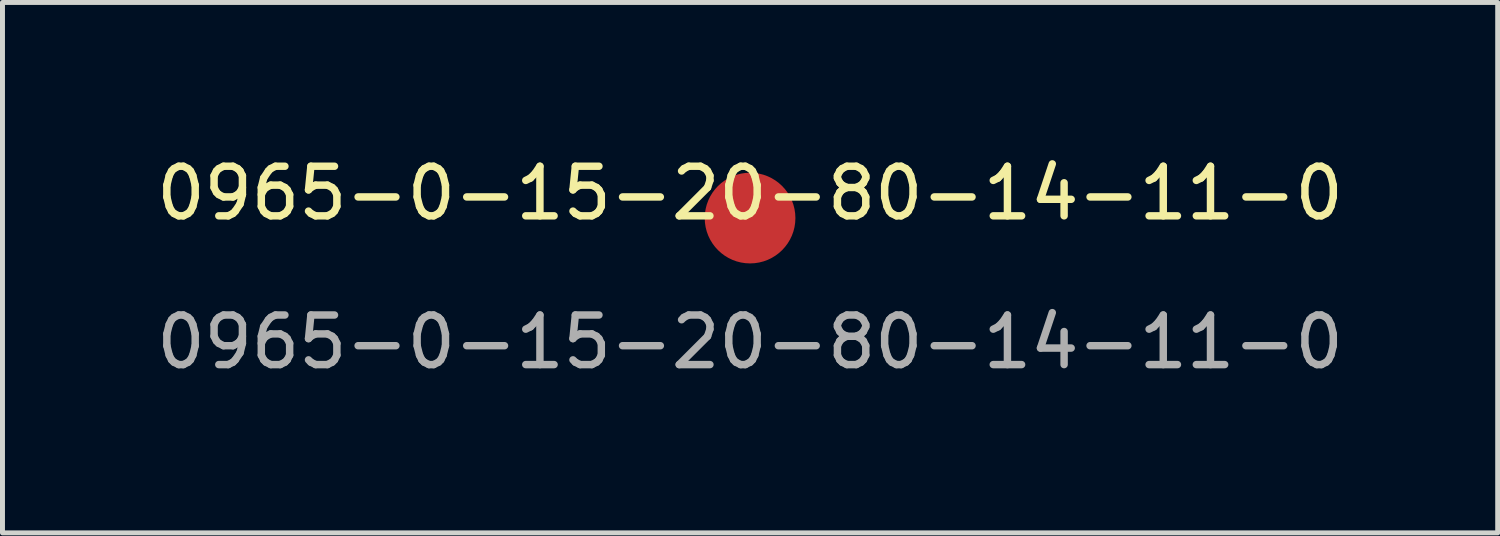
<source format=kicad_pcb>
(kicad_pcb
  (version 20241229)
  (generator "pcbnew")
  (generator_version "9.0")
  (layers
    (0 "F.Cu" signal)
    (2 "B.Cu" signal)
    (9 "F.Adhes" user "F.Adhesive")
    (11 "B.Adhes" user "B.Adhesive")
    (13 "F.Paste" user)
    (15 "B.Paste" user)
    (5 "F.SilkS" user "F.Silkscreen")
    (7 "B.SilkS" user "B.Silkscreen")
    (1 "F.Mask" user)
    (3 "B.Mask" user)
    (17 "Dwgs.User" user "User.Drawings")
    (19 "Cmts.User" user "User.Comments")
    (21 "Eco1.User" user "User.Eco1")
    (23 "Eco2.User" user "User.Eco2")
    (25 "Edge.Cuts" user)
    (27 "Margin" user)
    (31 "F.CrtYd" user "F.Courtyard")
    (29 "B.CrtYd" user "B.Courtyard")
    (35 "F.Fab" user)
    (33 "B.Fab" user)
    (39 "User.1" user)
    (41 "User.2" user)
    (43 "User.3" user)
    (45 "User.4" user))
  (footprint "0965-0-15-20-80-14-11-0"
    (layer "F.Cu")
    (at 12.077 1.348)
    (property "Reference" "0965-0-15-20-80-14-11-0" (at 0 -0.5 0) (unlocked yes) (layer "F.SilkS") (effects (font (size 1 1) (thickness 0.15))))
    (attr smd)
    (fp_text user "${REFERENCE}" (at 0 2.5 0) (unlocked yes) (layer "F.Fab") (effects (font (size 1 1) (thickness 0.15))))
    (pad "1" smd circle (at 0 0) (size 1.829 1.829) (layers "F.Cu" "F.Mask" "F.Paste")))
  (gr_rect
    (start -3 -3)
    (end 27.155 7.697)
    (stroke (width 0.1) (type default))
    (fill no)
    (layer "Edge.Cuts")))
</source>
